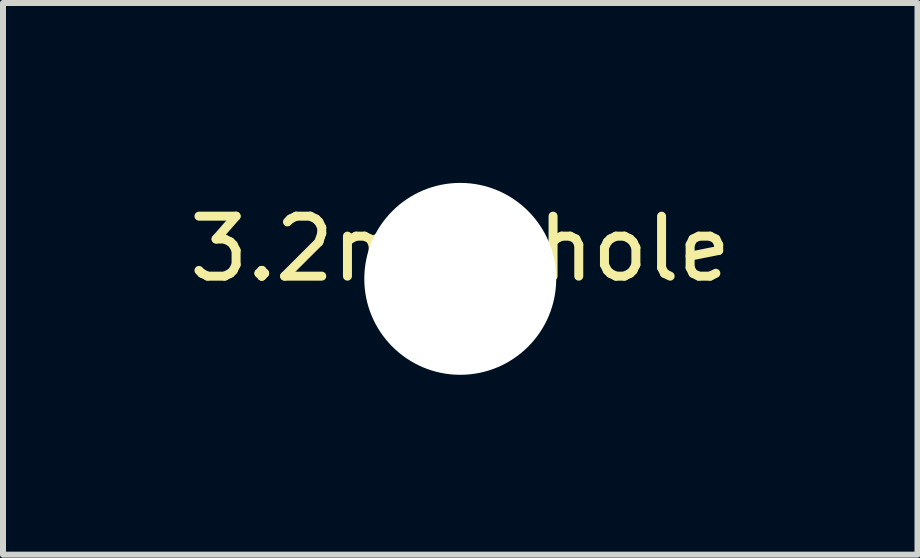
<source format=kicad_pcb>
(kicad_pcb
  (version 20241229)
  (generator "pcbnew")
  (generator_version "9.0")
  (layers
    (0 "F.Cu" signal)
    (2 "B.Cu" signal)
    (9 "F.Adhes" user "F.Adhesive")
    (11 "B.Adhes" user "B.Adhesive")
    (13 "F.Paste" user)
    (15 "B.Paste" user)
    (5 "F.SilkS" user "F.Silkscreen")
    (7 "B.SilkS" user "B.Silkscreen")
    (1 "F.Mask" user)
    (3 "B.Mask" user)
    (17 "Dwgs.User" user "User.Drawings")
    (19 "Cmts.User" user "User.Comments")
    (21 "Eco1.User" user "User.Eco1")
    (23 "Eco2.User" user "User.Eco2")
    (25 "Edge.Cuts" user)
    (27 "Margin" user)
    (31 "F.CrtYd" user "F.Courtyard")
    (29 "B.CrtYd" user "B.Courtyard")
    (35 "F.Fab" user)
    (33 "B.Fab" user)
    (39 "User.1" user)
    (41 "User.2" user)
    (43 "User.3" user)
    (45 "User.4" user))
  (footprint "3.2mm_hole"
    (layer "F.Cu")
    (at 4.625 1.6)
    (property "Reference" "3.2mm_hole" (at 0 -0.5 0) (unlocked yes) (layer "F.SilkS") (effects (font (size 1 1) (thickness 0.15))))
    (pad "" np_thru_hole circle (at 0 0) (size 3.2 3.2) (drill 3.2) (layers "*.Cu" "*.Mask")))
  (gr_rect
    (start -3 -3)
    (end 12.25 6.2)
    (stroke (width 0.1) (type default))
    (fill no)
    (layer "Edge.Cuts")))
</source>
